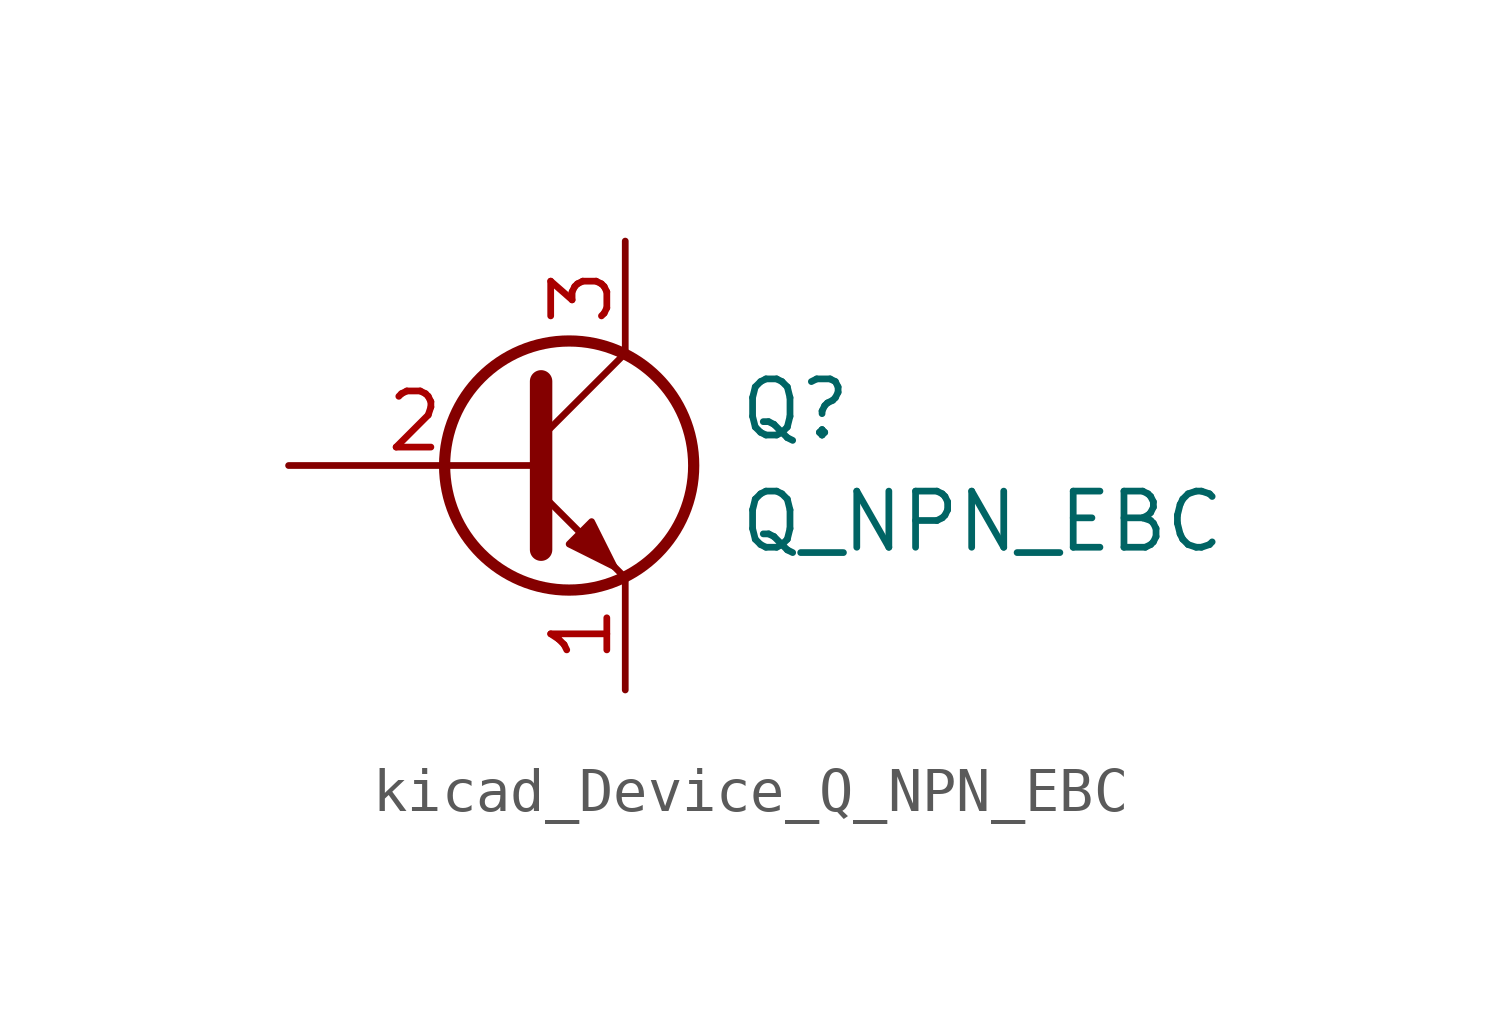
<source format=kicad_sym>
(kicad_symbol_lib
  (version 20220914)
  (generator kicad_symbol_editor)
  (symbol "kicad_Device_Q_NPN_EBC"
    (pin_names
      (offset 0) hide)
    (property "Reference" "Q"
      (at 5.08 1.27 0)
      (effects (font (size 1.27 1.27)) (justify left)))
    (property "Value" "Q_NPN_EBC"
      (at 5.08 -1.27 0)
      (effects (font (size 1.27 1.27)) (justify left)))
    (symbol "kicad_Device_Q_NPN_EBC_0_1"
      (polyline (pts (xy 0.635 0.635) (xy 2.54 2.54)) (stroke (width 0) (type default)) (fill (type none)))
      (polyline (pts (xy 0.635 -0.635) (xy 2.54 -2.54) (xy 2.54 -2.54)) (stroke (width 0) (type default)) (fill (type none)))
      (polyline (pts (xy 0.635 1.905) (xy 0.635 -1.905) (xy 0.635 -1.905)) (stroke (width 0.508) (type default)) (fill (type none)))
      (polyline (pts (xy 1.27 -1.778) (xy 1.778 -1.27) (xy 2.286 -2.286) (xy 1.27 -1.778) (xy 1.27 -1.778)) (stroke (width 0) (type default)) (fill (type outline)))
      (circle (center 1.27 0) (radius 2.819) (stroke (width 0.254) (type default)) (fill (type none))))
    (symbol "kicad_Device_Q_NPN_EBC_1_1"
      (pin passive line (at 2.54 -5.08 90) (length 2.54) (name "E" (effects (font (size 1.27 1.27)))) (number "1" (effects (font (size 1.27 1.27)))))
      (pin passive line (at -5.08 0 0) (length 5.715) (name "B" (effects (font (size 1.27 1.27)))) (number "2" (effects (font (size 1.27 1.27)))))
      (pin passive line (at 2.54 5.08 270) (length 2.54) (name "C" (effects (font (size 1.27 1.27)))) (number "3" (effects (font (size 1.27 1.27))))))))
</source>
